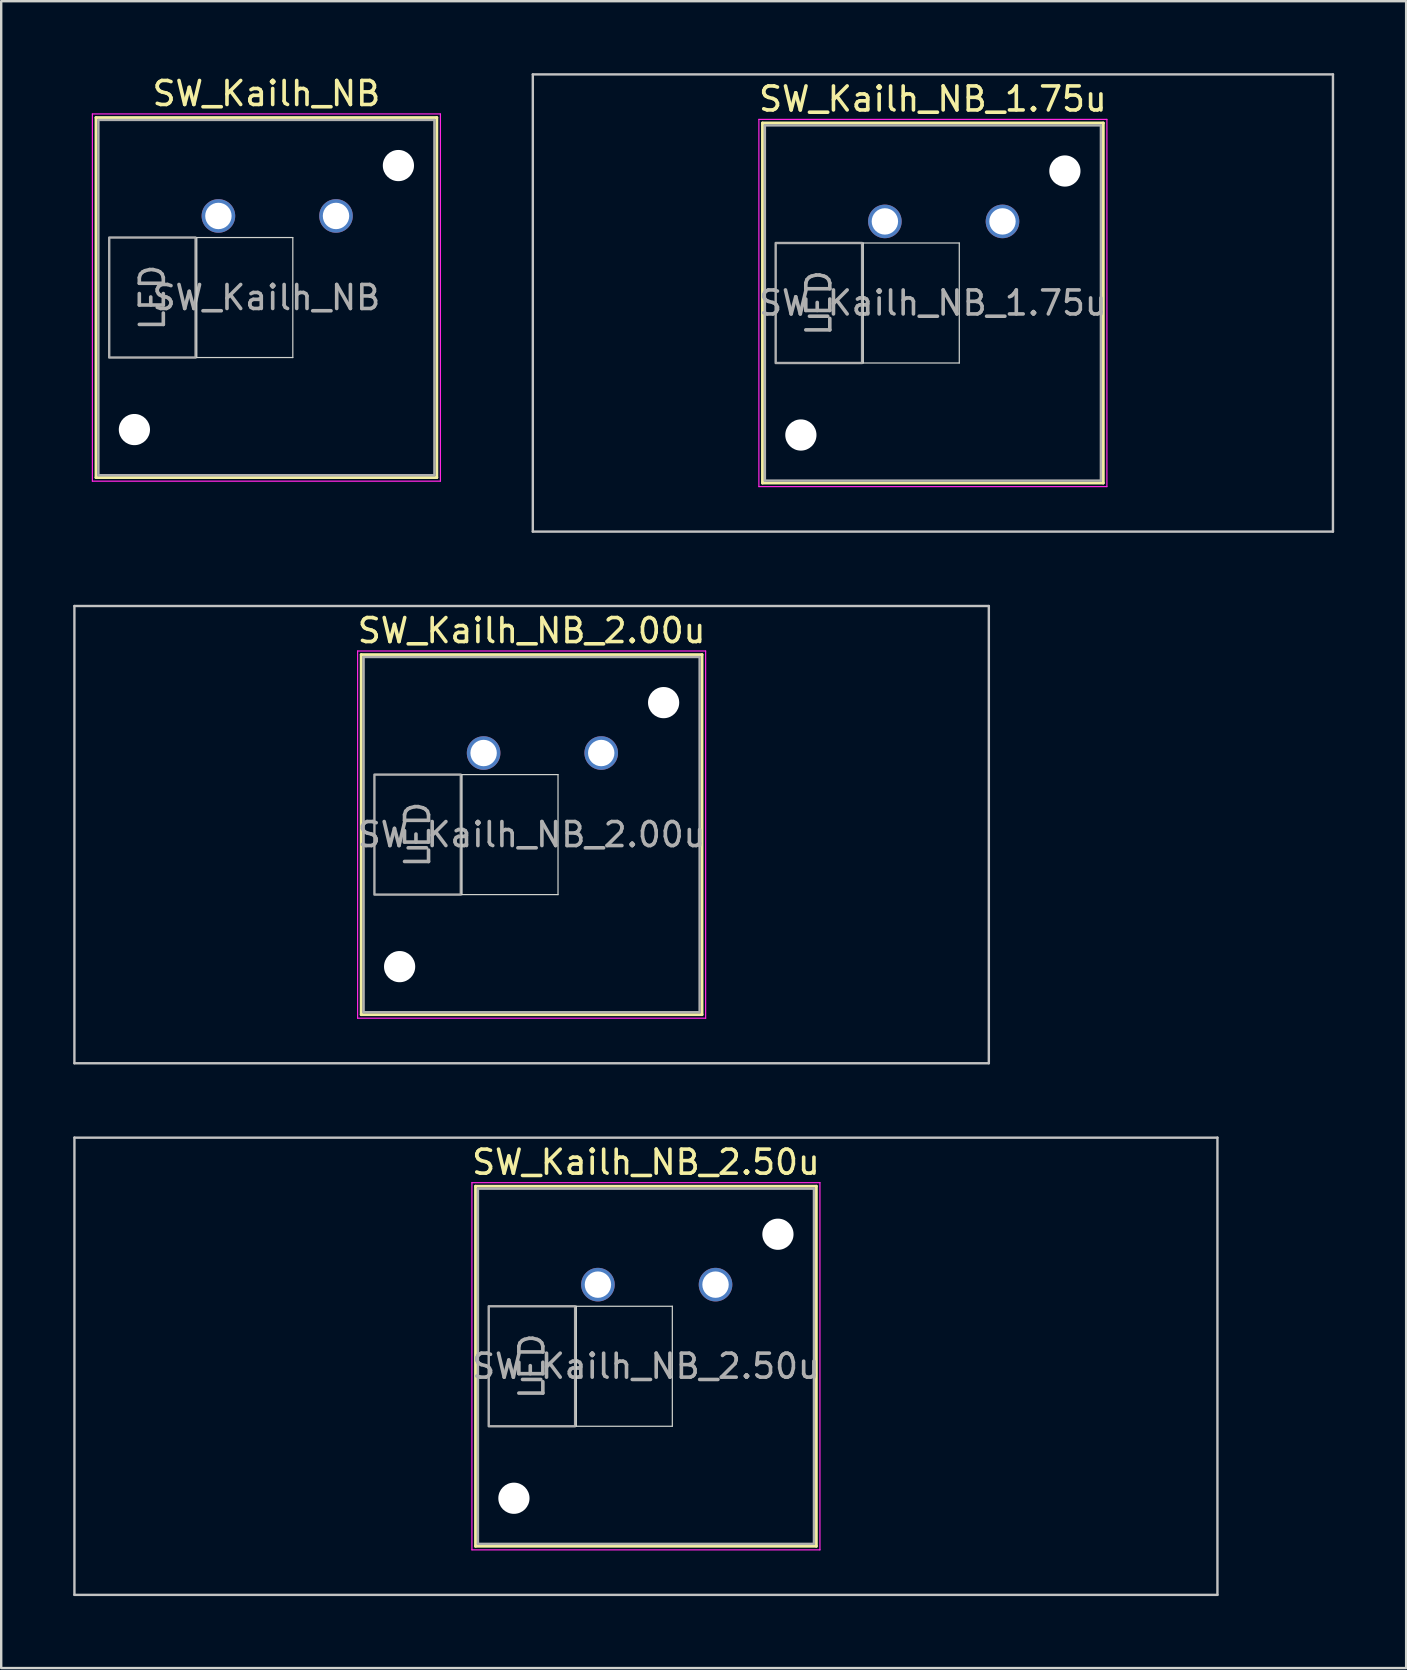
<source format=kicad_pcb>
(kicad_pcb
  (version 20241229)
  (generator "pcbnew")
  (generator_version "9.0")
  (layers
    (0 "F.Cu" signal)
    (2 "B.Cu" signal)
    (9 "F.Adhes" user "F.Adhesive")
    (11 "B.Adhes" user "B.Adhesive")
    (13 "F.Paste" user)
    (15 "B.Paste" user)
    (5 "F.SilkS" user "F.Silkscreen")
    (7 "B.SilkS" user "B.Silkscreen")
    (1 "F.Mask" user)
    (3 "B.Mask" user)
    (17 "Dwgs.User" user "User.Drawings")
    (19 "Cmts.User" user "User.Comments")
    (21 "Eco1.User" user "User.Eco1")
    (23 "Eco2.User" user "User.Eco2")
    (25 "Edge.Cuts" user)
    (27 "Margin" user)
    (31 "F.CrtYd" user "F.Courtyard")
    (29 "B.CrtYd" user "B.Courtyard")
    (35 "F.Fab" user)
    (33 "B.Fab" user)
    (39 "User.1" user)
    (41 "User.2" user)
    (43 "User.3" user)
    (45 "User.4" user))
  (footprint "SW_Kailh_NB_2.00u"
    (layer "F.Cu")
    (at 19.1 31.725)
    (property "Reference" "SW_Kailh_NB_2.00u" (at 0 -8.5 0) (layer "F.SilkS") (effects (font (size 1 1) (thickness 0.15))))
    (attr through_hole)
    (fp_line (start -7.1 -7.5) (end -7.1 7.5) (stroke (width 0.12) (type solid)) (layer "F.SilkS"))
    (fp_line (start -7.1 7.5) (end 7.1 7.5) (stroke (width 0.12) (type solid)) (layer "F.SilkS"))
    (fp_line (start 7.1 -7.5) (end -7.1 -7.5) (stroke (width 0.12) (type solid)) (layer "F.SilkS"))
    (fp_line (start 7.1 7.5) (end 7.1 -7.5) (stroke (width 0.12) (type solid)) (layer "F.SilkS"))
    (fp_line (start -19.05 -9.525) (end -19.05 9.525) (stroke (width 0.1) (type solid)) (layer "Dwgs.User"))
    (fp_line (start -19.05 9.525) (end 19.05 9.525) (stroke (width 0.1) (type solid)) (layer "Dwgs.User"))
    (fp_line (start 19.05 -9.525) (end -19.05 -9.525) (stroke (width 0.1) (type solid)) (layer "Dwgs.User"))
    (fp_line (start 19.05 9.525) (end 19.05 -9.525) (stroke (width 0.1) (type solid)) (layer "Dwgs.User"))
    (fp_line (start -8 -8) (end -8 8) (stroke (width 0.1) (type solid)) (layer "Eco1.User"))
    (fp_line (start -8 8) (end 8 8) (stroke (width 0.1) (type solid)) (layer "Eco1.User"))
    (fp_line (start 8 -8) (end -8 -8) (stroke (width 0.1) (type solid)) (layer "Eco1.User"))
    (fp_line (start 8 8) (end 8 -8) (stroke (width 0.1) (type solid)) (layer "Eco1.User"))
    (fp_line (start -2.9 -2.5) (end 1.1 -2.5) (stroke (width 0.05) (type solid)) (layer "Edge.Cuts"))
    (fp_line (start -2.9 2.5) (end -2.9 -2.5) (stroke (width 0.05) (type solid)) (layer "Edge.Cuts"))
    (fp_line (start 1.1 -2.5) (end 1.1 2.5) (stroke (width 0.05) (type solid)) (layer "Edge.Cuts"))
    (fp_line (start 1.1 2.5) (end -2.9 2.5) (stroke (width 0.05) (type solid)) (layer "Edge.Cuts"))
    (fp_line (start -7.25 -7.65) (end -7.25 7.65) (stroke (width 0.05) (type solid)) (layer "F.CrtYd"))
    (fp_line (start -7.25 7.65) (end 7.25 7.65) (stroke (width 0.05) (type solid)) (layer "F.CrtYd"))
    (fp_line (start 7.25 -7.65) (end -7.25 -7.65) (stroke (width 0.05) (type solid)) (layer "F.CrtYd"))
    (fp_line (start 7.25 7.65) (end 7.25 -7.65) (stroke (width 0.05) (type solid)) (layer "F.CrtYd"))
    (fp_line (start -7 -7.4) (end -7 7.4) (stroke (width 0.1) (type solid)) (layer "F.Fab"))
    (fp_line (start -7 7.4) (end 7 7.4) (stroke (width 0.1) (type solid)) (layer "F.Fab"))
    (fp_line (start 7 -7.4) (end -7 -7.4) (stroke (width 0.1) (type solid)) (layer "F.Fab"))
    (fp_line (start 7 7.4) (end 7 -7.4) (stroke (width 0.1) (type solid)) (layer "F.Fab"))
    (fp_rect (start -2.95 -2.5) (end -6.55 2.5) (stroke (width 0.1) (type default)) (fill no) (layer "F.Fab"))
    (fp_text user "${REFERENCE}" (at 0 0 0) (layer "F.Fab") (effects (font (size 1 1) (thickness 0.15))))
    (fp_text user "LED" (at -4.75 0 90) (unlocked yes) (layer "F.Fab") (effects (font (size 1 1) (thickness 0.15))))
    (pad "" np_thru_hole circle (at -5.5 5.5) (size 1.3 1.3) (drill 1.3) (layers "*.Cu" "*.Mask"))
    (pad "" np_thru_hole circle (at 5.5 -5.5) (size 1.3 1.3) (drill 1.3) (layers "*.Cu" "*.Mask"))
    (pad "1" thru_hole circle (at -2 -3.4) (size 1.4 1.4) (drill 1.1) (layers "*.Cu" "*.Mask"))
    (pad "2" thru_hole circle (at 2.9 -3.4) (size 1.4 1.4) (drill 1.1) (layers "*.Cu" "*.Mask")))
  (footprint "SW_Kailh_NB_1.75u"
    (layer "F.Cu")
    (at 35.819 9.575)
    (property "Reference" "SW_Kailh_NB_1.75u" (at 0 -8.5 0) (layer "F.SilkS") (effects (font (size 1 1) (thickness 0.15))))
    (attr through_hole)
    (fp_line (start -7.1 -7.5) (end -7.1 7.5) (stroke (width 0.12) (type solid)) (layer "F.SilkS"))
    (fp_line (start -7.1 7.5) (end 7.1 7.5) (stroke (width 0.12) (type solid)) (layer "F.SilkS"))
    (fp_line (start 7.1 -7.5) (end -7.1 -7.5) (stroke (width 0.12) (type solid)) (layer "F.SilkS"))
    (fp_line (start 7.1 7.5) (end 7.1 -7.5) (stroke (width 0.12) (type solid)) (layer "F.SilkS"))
    (fp_line (start -16.669 -9.525) (end -16.669 9.525) (stroke (width 0.1) (type solid)) (layer "Dwgs.User"))
    (fp_line (start -16.669 9.525) (end 16.669 9.525) (stroke (width 0.1) (type solid)) (layer "Dwgs.User"))
    (fp_line (start 16.669 -9.525) (end -16.669 -9.525) (stroke (width 0.1) (type solid)) (layer "Dwgs.User"))
    (fp_line (start 16.669 9.525) (end 16.669 -9.525) (stroke (width 0.1) (type solid)) (layer "Dwgs.User"))
    (fp_line (start -8 -8) (end -8 8) (stroke (width 0.1) (type solid)) (layer "Eco1.User"))
    (fp_line (start -8 8) (end 8 8) (stroke (width 0.1) (type solid)) (layer "Eco1.User"))
    (fp_line (start 8 -8) (end -8 -8) (stroke (width 0.1) (type solid)) (layer "Eco1.User"))
    (fp_line (start 8 8) (end 8 -8) (stroke (width 0.1) (type solid)) (layer "Eco1.User"))
    (fp_line (start -2.9 -2.5) (end 1.1 -2.5) (stroke (width 0.05) (type solid)) (layer "Edge.Cuts"))
    (fp_line (start -2.9 2.5) (end -2.9 -2.5) (stroke (width 0.05) (type solid)) (layer "Edge.Cuts"))
    (fp_line (start 1.1 -2.5) (end 1.1 2.5) (stroke (width 0.05) (type solid)) (layer "Edge.Cuts"))
    (fp_line (start 1.1 2.5) (end -2.9 2.5) (stroke (width 0.05) (type solid)) (layer "Edge.Cuts"))
    (fp_line (start -7.25 -7.65) (end -7.25 7.65) (stroke (width 0.05) (type solid)) (layer "F.CrtYd"))
    (fp_line (start -7.25 7.65) (end 7.25 7.65) (stroke (width 0.05) (type solid)) (layer "F.CrtYd"))
    (fp_line (start 7.25 -7.65) (end -7.25 -7.65) (stroke (width 0.05) (type solid)) (layer "F.CrtYd"))
    (fp_line (start 7.25 7.65) (end 7.25 -7.65) (stroke (width 0.05) (type solid)) (layer "F.CrtYd"))
    (fp_line (start -7 -7.4) (end -7 7.4) (stroke (width 0.1) (type solid)) (layer "F.Fab"))
    (fp_line (start -7 7.4) (end 7 7.4) (stroke (width 0.1) (type solid)) (layer "F.Fab"))
    (fp_line (start 7 -7.4) (end -7 -7.4) (stroke (width 0.1) (type solid)) (layer "F.Fab"))
    (fp_line (start 7 7.4) (end 7 -7.4) (stroke (width 0.1) (type solid)) (layer "F.Fab"))
    (fp_rect (start -2.95 -2.5) (end -6.55 2.5) (stroke (width 0.1) (type default)) (fill no) (layer "F.Fab"))
    (fp_text user "LED" (at -4.75 0 90) (unlocked yes) (layer "F.Fab") (effects (font (size 1 1) (thickness 0.15))))
    (fp_text user "${REFERENCE}" (at 0 0 0) (layer "F.Fab") (effects (font (size 1 1) (thickness 0.15))))
    (pad "" np_thru_hole circle (at -5.5 5.5) (size 1.3 1.3) (drill 1.3) (layers "*.Cu" "*.Mask"))
    (pad "" np_thru_hole circle (at 5.5 -5.5) (size 1.3 1.3) (drill 1.3) (layers "*.Cu" "*.Mask"))
    (pad "1" thru_hole circle (at -2 -3.4) (size 1.4 1.4) (drill 1.1) (layers "*.Cu" "*.Mask"))
    (pad "2" thru_hole circle (at 2.9 -3.4) (size 1.4 1.4) (drill 1.1) (layers "*.Cu" "*.Mask")))
  (footprint "SW_Kailh_NB"
    (layer "F.Cu")
    (at 8.05 9.348)
    (property "Reference" "SW_Kailh_NB" (at 0 -8.5 0) (layer "F.SilkS") (effects (font (size 1 1) (thickness 0.15))))
    (attr through_hole)
    (fp_line (start -7.1 -7.5) (end -7.1 7.5) (stroke (width 0.12) (type solid)) (layer "F.SilkS"))
    (fp_line (start -7.1 7.5) (end 7.1 7.5) (stroke (width 0.12) (type solid)) (layer "F.SilkS"))
    (fp_line (start 7.1 -7.5) (end -7.1 -7.5) (stroke (width 0.12) (type solid)) (layer "F.SilkS"))
    (fp_line (start 7.1 7.5) (end 7.1 -7.5) (stroke (width 0.12) (type solid)) (layer "F.SilkS"))
    (fp_line (start -8 -8) (end -8 8) (stroke (width 0.1) (type solid)) (layer "Eco1.User"))
    (fp_line (start -8 8) (end 8 8) (stroke (width 0.1) (type solid)) (layer "Eco1.User"))
    (fp_line (start 8 -8) (end -8 -8) (stroke (width 0.1) (type solid)) (layer "Eco1.User"))
    (fp_line (start 8 8) (end 8 -8) (stroke (width 0.1) (type solid)) (layer "Eco1.User"))
    (fp_line (start -2.9 -2.5) (end 1.1 -2.5) (stroke (width 0.05) (type solid)) (layer "Edge.Cuts"))
    (fp_line (start -2.9 2.5) (end -2.9 -2.5) (stroke (width 0.05) (type solid)) (layer "Edge.Cuts"))
    (fp_line (start 1.1 -2.5) (end 1.1 2.5) (stroke (width 0.05) (type solid)) (layer "Edge.Cuts"))
    (fp_line (start 1.1 2.5) (end -2.9 2.5) (stroke (width 0.05) (type solid)) (layer "Edge.Cuts"))
    (fp_line (start -7.25 -7.65) (end -7.25 7.65) (stroke (width 0.05) (type solid)) (layer "F.CrtYd"))
    (fp_line (start -7.25 7.65) (end 7.25 7.65) (stroke (width 0.05) (type solid)) (layer "F.CrtYd"))
    (fp_line (start 7.25 -7.65) (end -7.25 -7.65) (stroke (width 0.05) (type solid)) (layer "F.CrtYd"))
    (fp_line (start 7.25 7.65) (end 7.25 -7.65) (stroke (width 0.05) (type solid)) (layer "F.CrtYd"))
    (fp_line (start -7 -7.4) (end -7 7.4) (stroke (width 0.1) (type solid)) (layer "F.Fab"))
    (fp_line (start -7 7.4) (end 7 7.4) (stroke (width 0.1) (type solid)) (layer "F.Fab"))
    (fp_line (start 7 -7.4) (end -7 -7.4) (stroke (width 0.1) (type solid)) (layer "F.Fab"))
    (fp_line (start 7 7.4) (end 7 -7.4) (stroke (width 0.1) (type solid)) (layer "F.Fab"))
    (fp_rect (start -2.95 -2.5) (end -6.55 2.5) (stroke (width 0.1) (type default)) (fill no) (layer "F.Fab"))
    (fp_text user "LED" (at -4.75 0 90) (unlocked yes) (layer "F.Fab") (effects (font (size 1 1) (thickness 0.15))))
    (fp_text user "${REFERENCE}" (at 0 0 0) (layer "F.Fab") (effects (font (size 1 1) (thickness 0.15))))
    (pad "" np_thru_hole circle (at -5.5 5.5) (size 1.3 1.3) (drill 1.3) (layers "*.Cu" "*.Mask"))
    (pad "" np_thru_hole circle (at 5.5 -5.5) (size 1.3 1.3) (drill 1.3) (layers "*.Cu" "*.Mask"))
    (pad "1" thru_hole circle (at -2 -3.4) (size 1.4 1.4) (drill 1.1) (layers "*.Cu" "*.Mask"))
    (pad "2" thru_hole circle (at 2.9 -3.4) (size 1.4 1.4) (drill 1.1) (layers "*.Cu" "*.Mask")))
  (footprint "SW_Kailh_NB_2.50u"
    (layer "F.Cu")
    (at 23.863 53.875)
    (property "Reference" "SW_Kailh_NB_2.50u" (at 0 -8.5 0) (layer "F.SilkS") (effects (font (size 1 1) (thickness 0.15))))
    (attr through_hole)
    (fp_line (start -7.1 -7.5) (end -7.1 7.5) (stroke (width 0.12) (type solid)) (layer "F.SilkS"))
    (fp_line (start -7.1 7.5) (end 7.1 7.5) (stroke (width 0.12) (type solid)) (layer "F.SilkS"))
    (fp_line (start 7.1 -7.5) (end -7.1 -7.5) (stroke (width 0.12) (type solid)) (layer "F.SilkS"))
    (fp_line (start 7.1 7.5) (end 7.1 -7.5) (stroke (width 0.12) (type solid)) (layer "F.SilkS"))
    (fp_line (start -23.812 -9.525) (end -23.812 9.525) (stroke (width 0.1) (type solid)) (layer "Dwgs.User"))
    (fp_line (start -23.812 9.525) (end 23.812 9.525) (stroke (width 0.1) (type solid)) (layer "Dwgs.User"))
    (fp_line (start 23.812 -9.525) (end -23.812 -9.525) (stroke (width 0.1) (type solid)) (layer "Dwgs.User"))
    (fp_line (start 23.812 9.525) (end 23.812 -9.525) (stroke (width 0.1) (type solid)) (layer "Dwgs.User"))
    (fp_line (start -8 -8) (end -8 8) (stroke (width 0.1) (type solid)) (layer "Eco1.User"))
    (fp_line (start -8 8) (end 8 8) (stroke (width 0.1) (type solid)) (layer "Eco1.User"))
    (fp_line (start 8 -8) (end -8 -8) (stroke (width 0.1) (type solid)) (layer "Eco1.User"))
    (fp_line (start 8 8) (end 8 -8) (stroke (width 0.1) (type solid)) (layer "Eco1.User"))
    (fp_line (start -2.9 -2.5) (end 1.1 -2.5) (stroke (width 0.05) (type solid)) (layer "Edge.Cuts"))
    (fp_line (start -2.9 2.5) (end -2.9 -2.5) (stroke (width 0.05) (type solid)) (layer "Edge.Cuts"))
    (fp_line (start 1.1 -2.5) (end 1.1 2.5) (stroke (width 0.05) (type solid)) (layer "Edge.Cuts"))
    (fp_line (start 1.1 2.5) (end -2.9 2.5) (stroke (width 0.05) (type solid)) (layer "Edge.Cuts"))
    (fp_line (start -7.25 -7.65) (end -7.25 7.65) (stroke (width 0.05) (type solid)) (layer "F.CrtYd"))
    (fp_line (start -7.25 7.65) (end 7.25 7.65) (stroke (width 0.05) (type solid)) (layer "F.CrtYd"))
    (fp_line (start 7.25 -7.65) (end -7.25 -7.65) (stroke (width 0.05) (type solid)) (layer "F.CrtYd"))
    (fp_line (start 7.25 7.65) (end 7.25 -7.65) (stroke (width 0.05) (type solid)) (layer "F.CrtYd"))
    (fp_line (start -7 -7.4) (end -7 7.4) (stroke (width 0.1) (type solid)) (layer "F.Fab"))
    (fp_line (start -7 7.4) (end 7 7.4) (stroke (width 0.1) (type solid)) (layer "F.Fab"))
    (fp_line (start 7 -7.4) (end -7 -7.4) (stroke (width 0.1) (type solid)) (layer "F.Fab"))
    (fp_line (start 7 7.4) (end 7 -7.4) (stroke (width 0.1) (type solid)) (layer "F.Fab"))
    (fp_rect (start -2.95 -2.5) (end -6.55 2.5) (stroke (width 0.1) (type default)) (fill no) (layer "F.Fab"))
    (fp_text user "LED" (at -4.75 0 90) (unlocked yes) (layer "F.Fab") (effects (font (size 1 1) (thickness 0.15))))
    (fp_text user "${REFERENCE}" (at 0 0 0) (layer "F.Fab") (effects (font (size 1 1) (thickness 0.15))))
    (pad "" np_thru_hole circle (at -5.5 5.5) (size 1.3 1.3) (drill 1.3) (layers "*.Cu" "*.Mask"))
    (pad "" np_thru_hole circle (at 5.5 -5.5) (size 1.3 1.3) (drill 1.3) (layers "*.Cu" "*.Mask"))
    (pad "1" thru_hole circle (at -2 -3.4) (size 1.4 1.4) (drill 1.1) (layers "*.Cu" "*.Mask"))
    (pad "2" thru_hole circle (at 2.9 -3.4) (size 1.4 1.4) (drill 1.1) (layers "*.Cu" "*.Mask")))
  (gr_rect
    (start -3 -3)
    (end 55.538 66.45)
    (stroke (width 0.1) (type default))
    (fill no)
    (layer "Edge.Cuts")))
</source>
